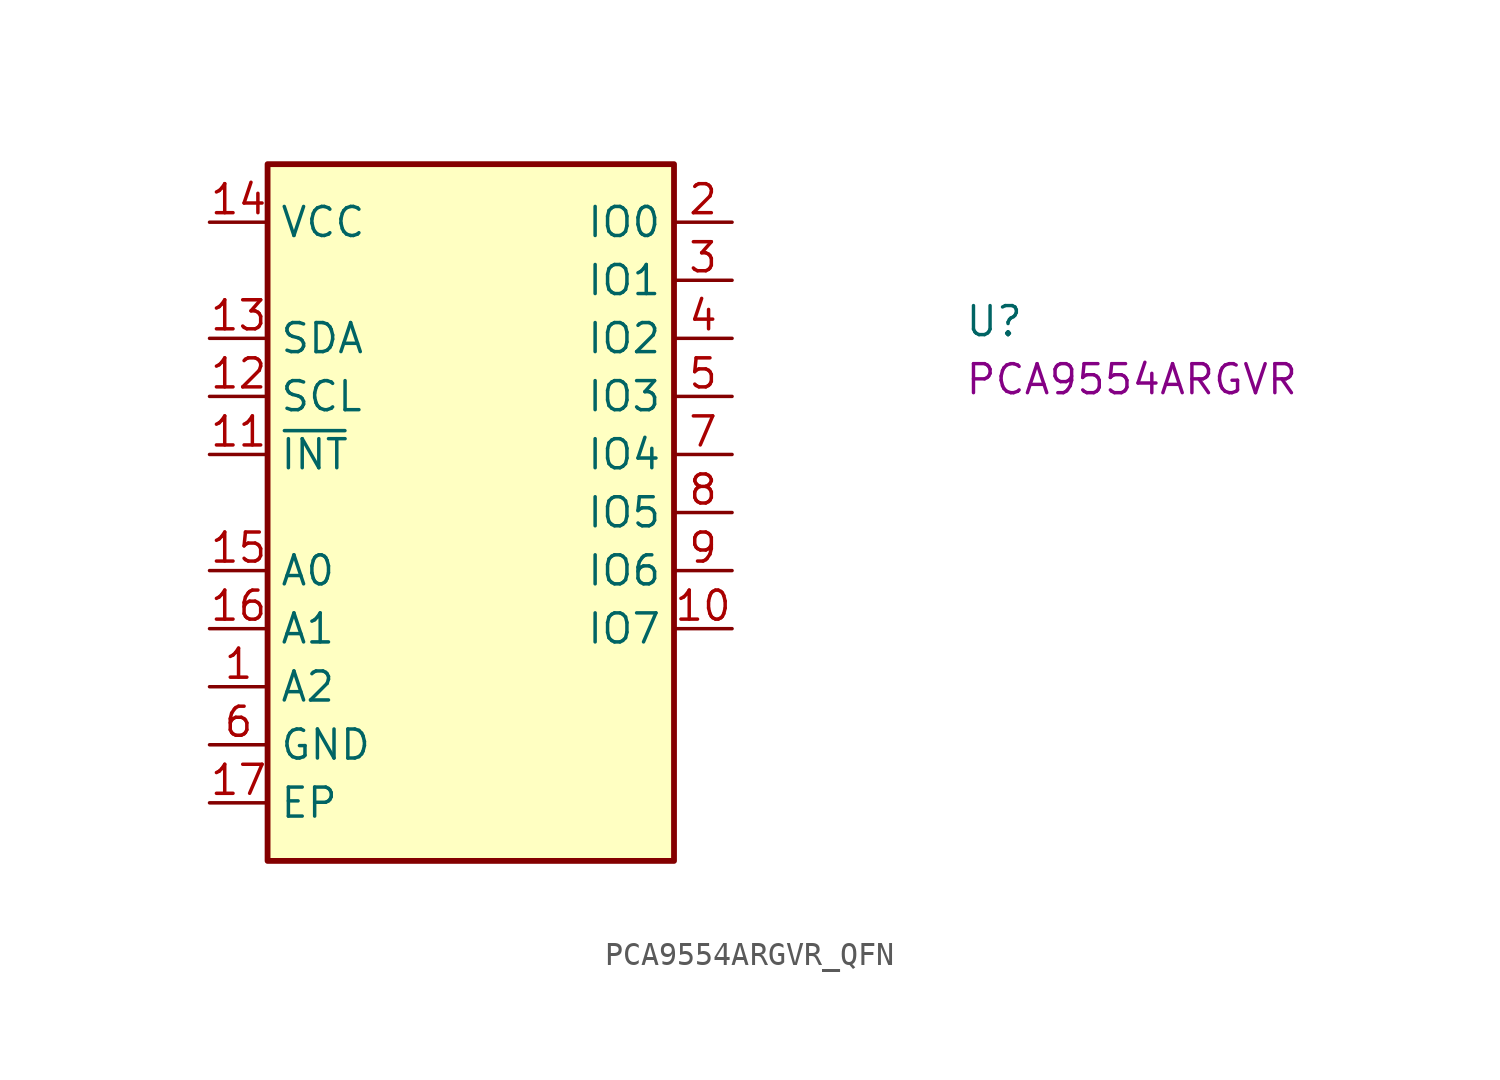
<source format=kicad_sym>
(kicad_symbol_lib
  (version 20220914)
  (generator kicad_symbol_editor)
  (symbol "PCA9554ARGVR_QFN"
    (property "Reference" "U"
      (at 33.02 -5.08 0)
      (effects (font (size 1.27 1.27) (thickness 0.15)) (justify left bottom)))
    (property "MPN" "PCA9554ARGVR"
      (at 33.02 -7.62 0)
      (effects (font (size 1.27 1.27) (thickness 0.15)) (justify left bottom)))
    (symbol "PCA9554ARGVR_QFN_1_1"
      (rectangle (start 2.54 2.54) (end 20.32 -27.94) (stroke (width 0.254) (type default)) (fill (type background)))
      (pin input line (at 0 -20.32 0) (length 2.54) (name "A2" (effects (font (size 1.27 1.27)))) (number "1" (effects (font (size 1.27 1.27)))))
      (pin bidirectional line (at 22.86 -17.78 180) (length 2.54) (name "IO7" (effects (font (size 1.27 1.27)))) (number "10" (effects (font (size 1.27 1.27)))))
      (pin open_collector line (at 0 -10.16 0) (length 2.54) (name "~{INT}" (effects (font (size 1.27 1.27)))) (number "11" (effects (font (size 1.27 1.27)))))
      (pin input line (at 0 -7.62 0) (length 2.54) (name "SCL" (effects (font (size 1.27 1.27)))) (number "12" (effects (font (size 1.27 1.27)))))
      (pin bidirectional line (at 0 -5.08 0) (length 2.54) (name "SDA" (effects (font (size 1.27 1.27)))) (number "13" (effects (font (size 1.27 1.27)))))
      (pin power_in line (at 0 0 0) (length 2.54) (name "VCC" (effects (font (size 1.27 1.27)))) (number "14" (effects (font (size 1.27 1.27)))))
      (pin input line (at 0 -15.24 0) (length 2.54) (name "A0" (effects (font (size 1.27 1.27)))) (number "15" (effects (font (size 1.27 1.27)))))
      (pin input line (at 0 -17.78 0) (length 2.54) (name "A1" (effects (font (size 1.27 1.27)))) (number "16" (effects (font (size 1.27 1.27)))))
      (pin power_in line (at 0 -25.4 0) (length 2.54) (name "EP" (effects (font (size 1.27 1.27)))) (number "17" (effects (font (size 1.27 1.27)))))
      (pin bidirectional line (at 22.86 0 180) (length 2.54) (name "IO0" (effects (font (size 1.27 1.27)))) (number "2" (effects (font (size 1.27 1.27)))))
      (pin bidirectional line (at 22.86 -2.54 180) (length 2.54) (name "IO1" (effects (font (size 1.27 1.27)))) (number "3" (effects (font (size 1.27 1.27)))))
      (pin bidirectional line (at 22.86 -5.08 180) (length 2.54) (name "IO2" (effects (font (size 1.27 1.27)))) (number "4" (effects (font (size 1.27 1.27)))))
      (pin bidirectional line (at 22.86 -7.62 180) (length 2.54) (name "IO3" (effects (font (size 1.27 1.27)))) (number "5" (effects (font (size 1.27 1.27)))))
      (pin power_in line (at 0 -22.86 0) (length 2.54) (name "GND" (effects (font (size 1.27 1.27)))) (number "6" (effects (font (size 1.27 1.27)))))
      (pin bidirectional line (at 22.86 -10.16 180) (length 2.54) (name "IO4" (effects (font (size 1.27 1.27)))) (number "7" (effects (font (size 1.27 1.27)))))
      (pin bidirectional line (at 22.86 -12.7 180) (length 2.54) (name "IO5" (effects (font (size 1.27 1.27)))) (number "8" (effects (font (size 1.27 1.27)))))
      (pin bidirectional line (at 22.86 -15.24 180) (length 2.54) (name "IO6" (effects (font (size 1.27 1.27)))) (number "9" (effects (font (size 1.27 1.27))))))))
</source>
